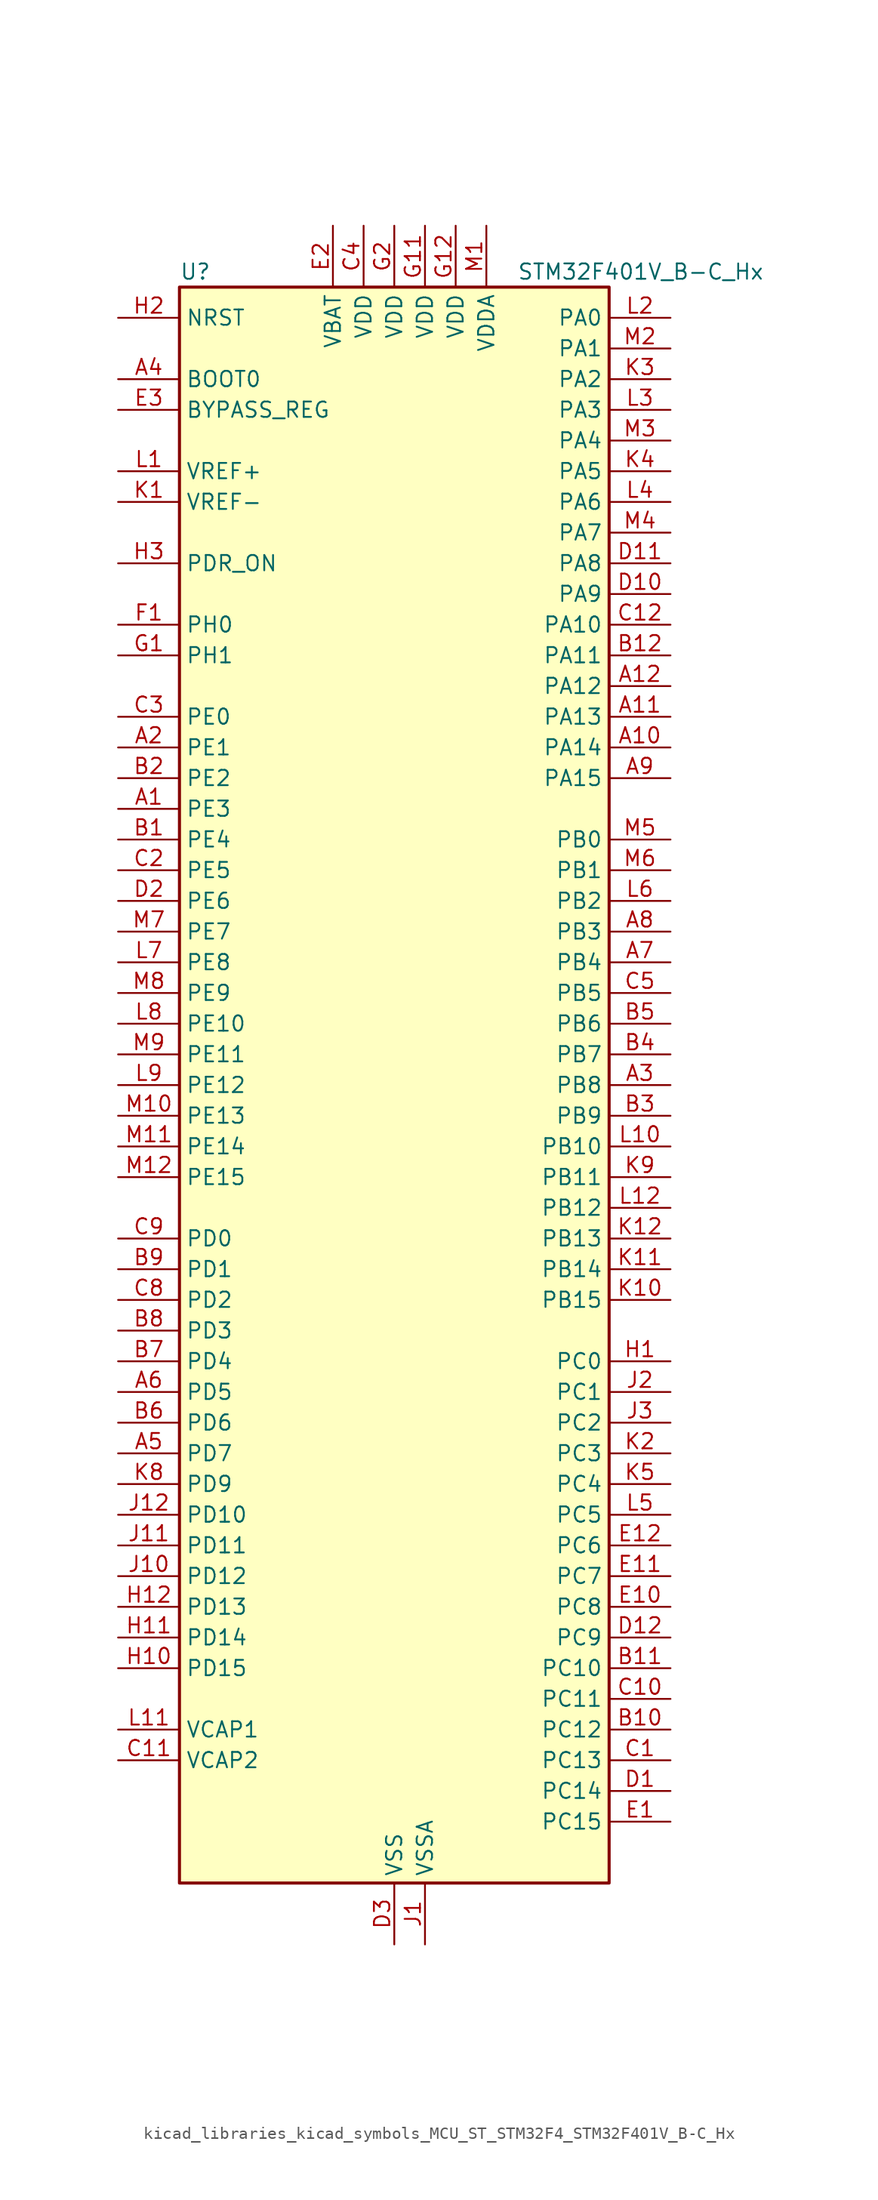
<source format=kicad_sym>
(kicad_symbol_lib
  (version 20220914)
  (generator kicad_symbol_editor)
  (symbol "kicad_libraries_kicad_symbols_MCU_ST_STM32F4_STM32F401V_B-C_Hx"
    (property "Reference" "U"
      (at -17.78 67.31 0)
      (effects (font (size 1.27 1.27)) (justify left)))
    (property "Value" "STM32F401V_B-C_Hx"
      (at 10.16 67.31 0)
      (effects (font (size 1.27 1.27)) (justify left)))
    (property "ki_locked" ""
      (at 0 0 0)
      (effects (font (size 1.27 1.27))))
    (symbol "kicad_libraries_kicad_symbols_MCU_ST_STM32F4_STM32F401V_B-C_Hx_0_1"
      (rectangle (start -17.78 -66.04) (end 17.78 66.04) (stroke (width 0.254) (type default)) (fill (type background))))
    (symbol "kicad_libraries_kicad_symbols_MCU_ST_STM32F4_STM32F401V_B-C_Hx_1_1"
      (pin bidirectional line (at -22.86 22.86 0) (length 5.08) (name "PE3" (effects (font (size 1.27 1.27)))) (number "A1" (effects (font (size 1.27 1.27)))) (alternate "SYS_TRACED0" bidirectional line))
      (pin bidirectional line (at 22.86 27.94 180) (length 5.08) (name "PA14" (effects (font (size 1.27 1.27)))) (number "A10" (effects (font (size 1.27 1.27)))) (alternate "SYS_JTCK-SWCLK" bidirectional line))
      (pin bidirectional line (at 22.86 30.48 180) (length 5.08) (name "PA13" (effects (font (size 1.27 1.27)))) (number "A11" (effects (font (size 1.27 1.27)))) (alternate "SYS_JTMS-SWDIO" bidirectional line))
      (pin bidirectional line (at 22.86 33.02 180) (length 5.08) (name "PA12" (effects (font (size 1.27 1.27)))) (number "A12" (effects (font (size 1.27 1.27)))) (alternate "TIM1_ETR" bidirectional line) (alternate "USART1_RTS" bidirectional line) (alternate "USART6_RX" bidirectional line) (alternate "USB_OTG_FS_DP" bidirectional line))
      (pin bidirectional line (at -22.86 27.94 0) (length 5.08) (name "PE1" (effects (font (size 1.27 1.27)))) (number "A2" (effects (font (size 1.27 1.27)))))
      (pin bidirectional line (at 22.86 0 180) (length 5.08) (name "PB8" (effects (font (size 1.27 1.27)))) (number "A3" (effects (font (size 1.27 1.27)))) (alternate "I2C1_SCL" bidirectional line) (alternate "SDIO_D4" bidirectional line) (alternate "TIM10_CH1" bidirectional line) (alternate "TIM4_CH3" bidirectional line))
      (pin input line (at -22.86 58.42 0) (length 5.08) (name "BOOT0" (effects (font (size 1.27 1.27)))) (number "A4" (effects (font (size 1.27 1.27)))))
      (pin bidirectional line (at -22.86 -30.48 0) (length 5.08) (name "PD7" (effects (font (size 1.27 1.27)))) (number "A5" (effects (font (size 1.27 1.27)))) (alternate "USART2_CK" bidirectional line))
      (pin bidirectional line (at -22.86 -25.4 0) (length 5.08) (name "PD5" (effects (font (size 1.27 1.27)))) (number "A6" (effects (font (size 1.27 1.27)))) (alternate "USART2_TX" bidirectional line))
      (pin bidirectional line (at 22.86 10.16 180) (length 5.08) (name "PB4" (effects (font (size 1.27 1.27)))) (number "A7" (effects (font (size 1.27 1.27)))) (alternate "I2C3_SDA" bidirectional line) (alternate "I2S3_ext_SD" bidirectional line) (alternate "SPI1_MISO" bidirectional line) (alternate "SPI3_MISO" bidirectional line) (alternate "SYS_JTRST" bidirectional line) (alternate "TIM3_CH1" bidirectional line))
      (pin bidirectional line (at 22.86 12.7 180) (length 5.08) (name "PB3" (effects (font (size 1.27 1.27)))) (number "A8" (effects (font (size 1.27 1.27)))) (alternate "I2C2_SDA" bidirectional line) (alternate "I2S3_CK" bidirectional line) (alternate "SPI1_SCK" bidirectional line) (alternate "SPI3_SCK" bidirectional line) (alternate "SYS_JTDO-SWO" bidirectional line) (alternate "TIM2_CH2" bidirectional line))
      (pin bidirectional line (at 22.86 25.4 180) (length 5.08) (name "PA15" (effects (font (size 1.27 1.27)))) (number "A9" (effects (font (size 1.27 1.27)))) (alternate "ADC1_EXTI15" bidirectional line) (alternate "I2S3_WS" bidirectional line) (alternate "SPI1_NSS" bidirectional line) (alternate "SPI3_NSS" bidirectional line) (alternate "SYS_JTDI" bidirectional line) (alternate "TIM2_CH1" bidirectional line) (alternate "TIM2_ETR" bidirectional line))
      (pin bidirectional line (at -22.86 20.32 0) (length 5.08) (name "PE4" (effects (font (size 1.27 1.27)))) (number "B1" (effects (font (size 1.27 1.27)))) (alternate "SPI4_NSS" bidirectional line) (alternate "SYS_TRACED1" bidirectional line))
      (pin bidirectional line (at 22.86 -53.34 180) (length 5.08) (name "PC12" (effects (font (size 1.27 1.27)))) (number "B10" (effects (font (size 1.27 1.27)))) (alternate "I2S3_SD" bidirectional line) (alternate "SDIO_CK" bidirectional line) (alternate "SPI3_MOSI" bidirectional line))
      (pin bidirectional line (at 22.86 -48.26 180) (length 5.08) (name "PC10" (effects (font (size 1.27 1.27)))) (number "B11" (effects (font (size 1.27 1.27)))) (alternate "I2S3_CK" bidirectional line) (alternate "SDIO_D2" bidirectional line) (alternate "SPI3_SCK" bidirectional line))
      (pin bidirectional line (at 22.86 35.56 180) (length 5.08) (name "PA11" (effects (font (size 1.27 1.27)))) (number "B12" (effects (font (size 1.27 1.27)))) (alternate "ADC1_EXTI11" bidirectional line) (alternate "TIM1_CH4" bidirectional line) (alternate "USART1_CTS" bidirectional line) (alternate "USART6_TX" bidirectional line) (alternate "USB_OTG_FS_DM" bidirectional line))
      (pin bidirectional line (at -22.86 25.4 0) (length 5.08) (name "PE2" (effects (font (size 1.27 1.27)))) (number "B2" (effects (font (size 1.27 1.27)))) (alternate "SPI4_SCK" bidirectional line) (alternate "SYS_TRACECLK" bidirectional line))
      (pin bidirectional line (at 22.86 -2.54 180) (length 5.08) (name "PB9" (effects (font (size 1.27 1.27)))) (number "B3" (effects (font (size 1.27 1.27)))) (alternate "I2C1_SDA" bidirectional line) (alternate "I2S2_WS" bidirectional line) (alternate "SDIO_D5" bidirectional line) (alternate "SPI2_NSS" bidirectional line) (alternate "TIM11_CH1" bidirectional line) (alternate "TIM4_CH4" bidirectional line))
      (pin bidirectional line (at 22.86 2.54 180) (length 5.08) (name "PB7" (effects (font (size 1.27 1.27)))) (number "B4" (effects (font (size 1.27 1.27)))) (alternate "I2C1_SDA" bidirectional line) (alternate "TIM4_CH2" bidirectional line) (alternate "USART1_RX" bidirectional line))
      (pin bidirectional line (at 22.86 5.08 180) (length 5.08) (name "PB6" (effects (font (size 1.27 1.27)))) (number "B5" (effects (font (size 1.27 1.27)))) (alternate "I2C1_SCL" bidirectional line) (alternate "TIM4_CH1" bidirectional line) (alternate "USART1_TX" bidirectional line))
      (pin bidirectional line (at -22.86 -27.94 0) (length 5.08) (name "PD6" (effects (font (size 1.27 1.27)))) (number "B6" (effects (font (size 1.27 1.27)))) (alternate "I2S3_SD" bidirectional line) (alternate "SPI3_MOSI" bidirectional line) (alternate "USART2_RX" bidirectional line))
      (pin bidirectional line (at -22.86 -22.86 0) (length 5.08) (name "PD4" (effects (font (size 1.27 1.27)))) (number "B7" (effects (font (size 1.27 1.27)))) (alternate "USART2_RTS" bidirectional line))
      (pin bidirectional line (at -22.86 -20.32 0) (length 5.08) (name "PD3" (effects (font (size 1.27 1.27)))) (number "B8" (effects (font (size 1.27 1.27)))) (alternate "I2S2_CK" bidirectional line) (alternate "SPI2_SCK" bidirectional line) (alternate "USART2_CTS" bidirectional line))
      (pin bidirectional line (at -22.86 -15.24 0) (length 5.08) (name "PD1" (effects (font (size 1.27 1.27)))) (number "B9" (effects (font (size 1.27 1.27)))))
      (pin bidirectional line (at 22.86 -55.88 180) (length 5.08) (name "PC13" (effects (font (size 1.27 1.27)))) (number "C1" (effects (font (size 1.27 1.27)))) (alternate "RTC_AF1" bidirectional line))
      (pin bidirectional line (at 22.86 -50.8 180) (length 5.08) (name "PC11" (effects (font (size 1.27 1.27)))) (number "C10" (effects (font (size 1.27 1.27)))) (alternate "ADC1_EXTI11" bidirectional line) (alternate "I2S3_ext_SD" bidirectional line) (alternate "SDIO_D3" bidirectional line) (alternate "SPI3_MISO" bidirectional line))
      (pin power_out line (at -22.86 -55.88 0) (length 5.08) (name "VCAP2" (effects (font (size 1.27 1.27)))) (number "C11" (effects (font (size 1.27 1.27)))))
      (pin bidirectional line (at 22.86 38.1 180) (length 5.08) (name "PA10" (effects (font (size 1.27 1.27)))) (number "C12" (effects (font (size 1.27 1.27)))) (alternate "TIM1_CH3" bidirectional line) (alternate "USART1_RX" bidirectional line) (alternate "USB_OTG_FS_ID" bidirectional line))
      (pin bidirectional line (at -22.86 17.78 0) (length 5.08) (name "PE5" (effects (font (size 1.27 1.27)))) (number "C2" (effects (font (size 1.27 1.27)))) (alternate "SPI4_MISO" bidirectional line) (alternate "SYS_TRACED2" bidirectional line) (alternate "TIM9_CH1" bidirectional line))
      (pin bidirectional line (at -22.86 30.48 0) (length 5.08) (name "PE0" (effects (font (size 1.27 1.27)))) (number "C3" (effects (font (size 1.27 1.27)))) (alternate "TIM4_ETR" bidirectional line))
      (pin power_in line (at -2.54 71.12 270) (length 5.08) (name "VDD" (effects (font (size 1.27 1.27)))) (number "C4" (effects (font (size 1.27 1.27)))))
      (pin bidirectional line (at 22.86 7.62 180) (length 5.08) (name "PB5" (effects (font (size 1.27 1.27)))) (number "C5" (effects (font (size 1.27 1.27)))) (alternate "I2C1_SMBA" bidirectional line) (alternate "I2S3_SD" bidirectional line) (alternate "SPI1_MOSI" bidirectional line) (alternate "SPI3_MOSI" bidirectional line) (alternate "TIM3_CH2" bidirectional line))
      (pin bidirectional line (at -22.86 -17.78 0) (length 5.08) (name "PD2" (effects (font (size 1.27 1.27)))) (number "C8" (effects (font (size 1.27 1.27)))) (alternate "SDIO_CMD" bidirectional line) (alternate "TIM3_ETR" bidirectional line))
      (pin bidirectional line (at -22.86 -12.7 0) (length 5.08) (name "PD0" (effects (font (size 1.27 1.27)))) (number "C9" (effects (font (size 1.27 1.27)))))
      (pin bidirectional line (at 22.86 -58.42 180) (length 5.08) (name "PC14" (effects (font (size 1.27 1.27)))) (number "D1" (effects (font (size 1.27 1.27)))) (alternate "RCC_OSC32_IN" bidirectional line))
      (pin bidirectional line (at 22.86 40.64 180) (length 5.08) (name "PA9" (effects (font (size 1.27 1.27)))) (number "D10" (effects (font (size 1.27 1.27)))) (alternate "I2C3_SMBA" bidirectional line) (alternate "TIM1_CH2" bidirectional line) (alternate "USART1_TX" bidirectional line) (alternate "USB_OTG_FS_VBUS" bidirectional line))
      (pin bidirectional line (at 22.86 43.18 180) (length 5.08) (name "PA8" (effects (font (size 1.27 1.27)))) (number "D11" (effects (font (size 1.27 1.27)))) (alternate "I2C3_SCL" bidirectional line) (alternate "RCC_MCO_1" bidirectional line) (alternate "TIM1_CH1" bidirectional line) (alternate "USART1_CK" bidirectional line) (alternate "USB_OTG_FS_SOF" bidirectional line))
      (pin bidirectional line (at 22.86 -45.72 180) (length 5.08) (name "PC9" (effects (font (size 1.27 1.27)))) (number "D12" (effects (font (size 1.27 1.27)))) (alternate "I2C3_SDA" bidirectional line) (alternate "I2S_CKIN" bidirectional line) (alternate "RCC_MCO_2" bidirectional line) (alternate "SDIO_D1" bidirectional line) (alternate "TIM3_CH4" bidirectional line))
      (pin bidirectional line (at -22.86 15.24 0) (length 5.08) (name "PE6" (effects (font (size 1.27 1.27)))) (number "D2" (effects (font (size 1.27 1.27)))) (alternate "SPI4_MOSI" bidirectional line) (alternate "SYS_TRACED3" bidirectional line) (alternate "TIM9_CH2" bidirectional line))
      (pin power_in line (at 0 -71.12 90) (length 5.08) (name "VSS" (effects (font (size 1.27 1.27)))) (number "D3" (effects (font (size 1.27 1.27)))))
      (pin bidirectional line (at 22.86 -60.96 180) (length 5.08) (name "PC15" (effects (font (size 1.27 1.27)))) (number "E1" (effects (font (size 1.27 1.27)))) (alternate "ADC1_EXTI15" bidirectional line) (alternate "RCC_OSC32_OUT" bidirectional line))
      (pin bidirectional line (at 22.86 -43.18 180) (length 5.08) (name "PC8" (effects (font (size 1.27 1.27)))) (number "E10" (effects (font (size 1.27 1.27)))) (alternate "SDIO_D0" bidirectional line) (alternate "TIM3_CH3" bidirectional line) (alternate "USART6_CK" bidirectional line))
      (pin bidirectional line (at 22.86 -40.64 180) (length 5.08) (name "PC7" (effects (font (size 1.27 1.27)))) (number "E11" (effects (font (size 1.27 1.27)))) (alternate "I2S3_MCK" bidirectional line) (alternate "SDIO_D7" bidirectional line) (alternate "TIM3_CH2" bidirectional line) (alternate "USART6_RX" bidirectional line))
      (pin bidirectional line (at 22.86 -38.1 180) (length 5.08) (name "PC6" (effects (font (size 1.27 1.27)))) (number "E12" (effects (font (size 1.27 1.27)))) (alternate "I2S2_MCK" bidirectional line) (alternate "SDIO_D6" bidirectional line) (alternate "TIM3_CH1" bidirectional line) (alternate "USART6_TX" bidirectional line))
      (pin power_in line (at -5.08 71.12 270) (length 5.08) (name "VBAT" (effects (font (size 1.27 1.27)))) (number "E2" (effects (font (size 1.27 1.27)))))
      (pin input line (at -22.86 55.88 0) (length 5.08) (name "BYPASS_REG" (effects (font (size 1.27 1.27)))) (number "E3" (effects (font (size 1.27 1.27)))))
      (pin bidirectional line (at -22.86 38.1 0) (length 5.08) (name "PH0" (effects (font (size 1.27 1.27)))) (number "F1" (effects (font (size 1.27 1.27)))) (alternate "RCC_OSC_IN" bidirectional line))
      (pin passive line (at 0 -71.12 90) (length 5.08) hide (name "VSS" (effects (font (size 1.27 1.27)))) (number "F11" (effects (font (size 1.27 1.27)))))
      (pin passive line (at 0 -71.12 90) (length 5.08) hide (name "VSS" (effects (font (size 1.27 1.27)))) (number "F12" (effects (font (size 1.27 1.27)))))
      (pin passive line (at 0 -71.12 90) (length 5.08) hide (name "VSS" (effects (font (size 1.27 1.27)))) (number "F2" (effects (font (size 1.27 1.27)))))
      (pin bidirectional line (at -22.86 35.56 0) (length 5.08) (name "PH1" (effects (font (size 1.27 1.27)))) (number "G1" (effects (font (size 1.27 1.27)))) (alternate "RCC_OSC_OUT" bidirectional line))
      (pin power_in line (at 2.54 71.12 270) (length 5.08) (name "VDD" (effects (font (size 1.27 1.27)))) (number "G11" (effects (font (size 1.27 1.27)))))
      (pin power_in line (at 5.08 71.12 270) (length 5.08) (name "VDD" (effects (font (size 1.27 1.27)))) (number "G12" (effects (font (size 1.27 1.27)))))
      (pin power_in line (at 0 71.12 270) (length 5.08) (name "VDD" (effects (font (size 1.27 1.27)))) (number "G2" (effects (font (size 1.27 1.27)))))
      (pin bidirectional line (at 22.86 -22.86 180) (length 5.08) (name "PC0" (effects (font (size 1.27 1.27)))) (number "H1" (effects (font (size 1.27 1.27)))) (alternate "ADC1_IN10" bidirectional line))
      (pin bidirectional line (at -22.86 -48.26 0) (length 5.08) (name "PD15" (effects (font (size 1.27 1.27)))) (number "H10" (effects (font (size 1.27 1.27)))) (alternate "ADC1_EXTI15" bidirectional line) (alternate "TIM4_CH4" bidirectional line))
      (pin bidirectional line (at -22.86 -45.72 0) (length 5.08) (name "PD14" (effects (font (size 1.27 1.27)))) (number "H11" (effects (font (size 1.27 1.27)))) (alternate "TIM4_CH3" bidirectional line))
      (pin bidirectional line (at -22.86 -43.18 0) (length 5.08) (name "PD13" (effects (font (size 1.27 1.27)))) (number "H12" (effects (font (size 1.27 1.27)))) (alternate "TIM4_CH2" bidirectional line))
      (pin input line (at -22.86 63.5 0) (length 5.08) (name "NRST" (effects (font (size 1.27 1.27)))) (number "H2" (effects (font (size 1.27 1.27)))))
      (pin input line (at -22.86 43.18 0) (length 5.08) (name "PDR_ON" (effects (font (size 1.27 1.27)))) (number "H3" (effects (font (size 1.27 1.27)))))
      (pin power_in line (at 2.54 -71.12 90) (length 5.08) (name "VSSA" (effects (font (size 1.27 1.27)))) (number "J1" (effects (font (size 1.27 1.27)))))
      (pin bidirectional line (at -22.86 -40.64 0) (length 5.08) (name "PD12" (effects (font (size 1.27 1.27)))) (number "J10" (effects (font (size 1.27 1.27)))) (alternate "TIM4_CH1" bidirectional line))
      (pin bidirectional line (at -22.86 -38.1 0) (length 5.08) (name "PD11" (effects (font (size 1.27 1.27)))) (number "J11" (effects (font (size 1.27 1.27)))) (alternate "ADC1_EXTI11" bidirectional line))
      (pin bidirectional line (at -22.86 -35.56 0) (length 5.08) (name "PD10" (effects (font (size 1.27 1.27)))) (number "J12" (effects (font (size 1.27 1.27)))))
      (pin bidirectional line (at 22.86 -25.4 180) (length 5.08) (name "PC1" (effects (font (size 1.27 1.27)))) (number "J2" (effects (font (size 1.27 1.27)))) (alternate "ADC1_IN11" bidirectional line))
      (pin bidirectional line (at 22.86 -27.94 180) (length 5.08) (name "PC2" (effects (font (size 1.27 1.27)))) (number "J3" (effects (font (size 1.27 1.27)))) (alternate "ADC1_IN12" bidirectional line) (alternate "I2S2_ext_SD" bidirectional line) (alternate "SPI2_MISO" bidirectional line))
      (pin input line (at -22.86 48.26 0) (length 5.08) (name "VREF-" (effects (font (size 1.27 1.27)))) (number "K1" (effects (font (size 1.27 1.27)))))
      (pin bidirectional line (at 22.86 -17.78 180) (length 5.08) (name "PB15" (effects (font (size 1.27 1.27)))) (number "K10" (effects (font (size 1.27 1.27)))) (alternate "ADC1_EXTI15" bidirectional line) (alternate "I2S2_SD" bidirectional line) (alternate "RTC_REFIN" bidirectional line) (alternate "SPI2_MOSI" bidirectional line) (alternate "TIM1_CH3N" bidirectional line))
      (pin bidirectional line (at 22.86 -15.24 180) (length 5.08) (name "PB14" (effects (font (size 1.27 1.27)))) (number "K11" (effects (font (size 1.27 1.27)))) (alternate "I2S2_ext_SD" bidirectional line) (alternate "SPI2_MISO" bidirectional line) (alternate "TIM1_CH2N" bidirectional line))
      (pin bidirectional line (at 22.86 -12.7 180) (length 5.08) (name "PB13" (effects (font (size 1.27 1.27)))) (number "K12" (effects (font (size 1.27 1.27)))) (alternate "I2S2_CK" bidirectional line) (alternate "SPI2_SCK" bidirectional line) (alternate "TIM1_CH1N" bidirectional line))
      (pin bidirectional line (at 22.86 -30.48 180) (length 5.08) (name "PC3" (effects (font (size 1.27 1.27)))) (number "K2" (effects (font (size 1.27 1.27)))) (alternate "ADC1_IN13" bidirectional line) (alternate "I2S2_SD" bidirectional line) (alternate "SPI2_MOSI" bidirectional line))
      (pin bidirectional line (at 22.86 58.42 180) (length 5.08) (name "PA2" (effects (font (size 1.27 1.27)))) (number "K3" (effects (font (size 1.27 1.27)))) (alternate "ADC1_IN2" bidirectional line) (alternate "TIM2_CH3" bidirectional line) (alternate "TIM5_CH3" bidirectional line) (alternate "TIM9_CH1" bidirectional line) (alternate "USART2_TX" bidirectional line))
      (pin bidirectional line (at 22.86 50.8 180) (length 5.08) (name "PA5" (effects (font (size 1.27 1.27)))) (number "K4" (effects (font (size 1.27 1.27)))) (alternate "ADC1_IN5" bidirectional line) (alternate "SPI1_SCK" bidirectional line) (alternate "TIM2_CH1" bidirectional line) (alternate "TIM2_ETR" bidirectional line))
      (pin bidirectional line (at 22.86 -33.02 180) (length 5.08) (name "PC4" (effects (font (size 1.27 1.27)))) (number "K5" (effects (font (size 1.27 1.27)))) (alternate "ADC1_IN14" bidirectional line))
      (pin bidirectional line (at -22.86 -33.02 0) (length 5.08) (name "PD9" (effects (font (size 1.27 1.27)))) (number "K8" (effects (font (size 1.27 1.27)))))
      (pin bidirectional line (at 22.86 -7.62 180) (length 5.08) (name "PB11" (effects (font (size 1.27 1.27)))) (number "K9" (effects (font (size 1.27 1.27)))) (alternate "ADC1_EXTI11" bidirectional line) (alternate "I2C2_SDA" bidirectional line) (alternate "TIM2_CH4" bidirectional line))
      (pin input line (at -22.86 50.8 0) (length 5.08) (name "VREF+" (effects (font (size 1.27 1.27)))) (number "L1" (effects (font (size 1.27 1.27)))))
      (pin bidirectional line (at 22.86 -5.08 180) (length 5.08) (name "PB10" (effects (font (size 1.27 1.27)))) (number "L10" (effects (font (size 1.27 1.27)))) (alternate "I2C2_SCL" bidirectional line) (alternate "I2S2_CK" bidirectional line) (alternate "SPI2_SCK" bidirectional line) (alternate "TIM2_CH3" bidirectional line))
      (pin power_out line (at -22.86 -53.34 0) (length 5.08) (name "VCAP1" (effects (font (size 1.27 1.27)))) (number "L11" (effects (font (size 1.27 1.27)))))
      (pin bidirectional line (at 22.86 -10.16 180) (length 5.08) (name "PB12" (effects (font (size 1.27 1.27)))) (number "L12" (effects (font (size 1.27 1.27)))) (alternate "I2C2_SMBA" bidirectional line) (alternate "I2S2_WS" bidirectional line) (alternate "SPI2_NSS" bidirectional line) (alternate "TIM1_BKIN" bidirectional line))
      (pin bidirectional line (at 22.86 63.5 180) (length 5.08) (name "PA0" (effects (font (size 1.27 1.27)))) (number "L2" (effects (font (size 1.27 1.27)))) (alternate "ADC1_IN0" bidirectional line) (alternate "SYS_WKUP" bidirectional line) (alternate "TIM2_CH1" bidirectional line) (alternate "TIM2_ETR" bidirectional line) (alternate "TIM5_CH1" bidirectional line) (alternate "USART2_CTS" bidirectional line))
      (pin bidirectional line (at 22.86 55.88 180) (length 5.08) (name "PA3" (effects (font (size 1.27 1.27)))) (number "L3" (effects (font (size 1.27 1.27)))) (alternate "ADC1_IN3" bidirectional line) (alternate "TIM2_CH4" bidirectional line) (alternate "TIM5_CH4" bidirectional line) (alternate "TIM9_CH2" bidirectional line) (alternate "USART2_RX" bidirectional line))
      (pin bidirectional line (at 22.86 48.26 180) (length 5.08) (name "PA6" (effects (font (size 1.27 1.27)))) (number "L4" (effects (font (size 1.27 1.27)))) (alternate "ADC1_IN6" bidirectional line) (alternate "SPI1_MISO" bidirectional line) (alternate "TIM1_BKIN" bidirectional line) (alternate "TIM3_CH1" bidirectional line))
      (pin bidirectional line (at 22.86 -35.56 180) (length 5.08) (name "PC5" (effects (font (size 1.27 1.27)))) (number "L5" (effects (font (size 1.27 1.27)))) (alternate "ADC1_IN15" bidirectional line))
      (pin bidirectional line (at 22.86 15.24 180) (length 5.08) (name "PB2" (effects (font (size 1.27 1.27)))) (number "L6" (effects (font (size 1.27 1.27)))))
      (pin bidirectional line (at -22.86 10.16 0) (length 5.08) (name "PE8" (effects (font (size 1.27 1.27)))) (number "L7" (effects (font (size 1.27 1.27)))) (alternate "TIM1_CH1N" bidirectional line))
      (pin bidirectional line (at -22.86 5.08 0) (length 5.08) (name "PE10" (effects (font (size 1.27 1.27)))) (number "L8" (effects (font (size 1.27 1.27)))) (alternate "TIM1_CH2N" bidirectional line))
      (pin bidirectional line (at -22.86 0 0) (length 5.08) (name "PE12" (effects (font (size 1.27 1.27)))) (number "L9" (effects (font (size 1.27 1.27)))) (alternate "SPI4_SCK" bidirectional line) (alternate "TIM1_CH3N" bidirectional line))
      (pin power_in line (at 7.62 71.12 270) (length 5.08) (name "VDDA" (effects (font (size 1.27 1.27)))) (number "M1" (effects (font (size 1.27 1.27)))))
      (pin bidirectional line (at -22.86 -2.54 0) (length 5.08) (name "PE13" (effects (font (size 1.27 1.27)))) (number "M10" (effects (font (size 1.27 1.27)))) (alternate "SPI4_MISO" bidirectional line) (alternate "TIM1_CH3" bidirectional line))
      (pin bidirectional line (at -22.86 -5.08 0) (length 5.08) (name "PE14" (effects (font (size 1.27 1.27)))) (number "M11" (effects (font (size 1.27 1.27)))) (alternate "SPI4_MOSI" bidirectional line) (alternate "TIM1_CH4" bidirectional line))
      (pin bidirectional line (at -22.86 -7.62 0) (length 5.08) (name "PE15" (effects (font (size 1.27 1.27)))) (number "M12" (effects (font (size 1.27 1.27)))) (alternate "ADC1_EXTI15" bidirectional line) (alternate "TIM1_BKIN" bidirectional line))
      (pin bidirectional line (at 22.86 60.96 180) (length 5.08) (name "PA1" (effects (font (size 1.27 1.27)))) (number "M2" (effects (font (size 1.27 1.27)))) (alternate "ADC1_IN1" bidirectional line) (alternate "TIM2_CH2" bidirectional line) (alternate "TIM5_CH2" bidirectional line) (alternate "USART2_RTS" bidirectional line))
      (pin bidirectional line (at 22.86 53.34 180) (length 5.08) (name "PA4" (effects (font (size 1.27 1.27)))) (number "M3" (effects (font (size 1.27 1.27)))) (alternate "ADC1_IN4" bidirectional line) (alternate "I2S3_WS" bidirectional line) (alternate "SPI1_NSS" bidirectional line) (alternate "SPI3_NSS" bidirectional line) (alternate "USART2_CK" bidirectional line))
      (pin bidirectional line (at 22.86 45.72 180) (length 5.08) (name "PA7" (effects (font (size 1.27 1.27)))) (number "M4" (effects (font (size 1.27 1.27)))) (alternate "ADC1_IN7" bidirectional line) (alternate "SPI1_MOSI" bidirectional line) (alternate "TIM1_CH1N" bidirectional line) (alternate "TIM3_CH2" bidirectional line))
      (pin bidirectional line (at 22.86 20.32 180) (length 5.08) (name "PB0" (effects (font (size 1.27 1.27)))) (number "M5" (effects (font (size 1.27 1.27)))) (alternate "ADC1_IN8" bidirectional line) (alternate "TIM1_CH2N" bidirectional line) (alternate "TIM3_CH3" bidirectional line))
      (pin bidirectional line (at 22.86 17.78 180) (length 5.08) (name "PB1" (effects (font (size 1.27 1.27)))) (number "M6" (effects (font (size 1.27 1.27)))) (alternate "ADC1_IN9" bidirectional line) (alternate "TIM1_CH3N" bidirectional line) (alternate "TIM3_CH4" bidirectional line))
      (pin bidirectional line (at -22.86 12.7 0) (length 5.08) (name "PE7" (effects (font (size 1.27 1.27)))) (number "M7" (effects (font (size 1.27 1.27)))) (alternate "TIM1_ETR" bidirectional line))
      (pin bidirectional line (at -22.86 7.62 0) (length 5.08) (name "PE9" (effects (font (size 1.27 1.27)))) (number "M8" (effects (font (size 1.27 1.27)))) (alternate "TIM1_CH1" bidirectional line))
      (pin bidirectional line (at -22.86 2.54 0) (length 5.08) (name "PE11" (effects (font (size 1.27 1.27)))) (number "M9" (effects (font (size 1.27 1.27)))) (alternate "ADC1_EXTI11" bidirectional line) (alternate "SPI4_NSS" bidirectional line) (alternate "TIM1_CH2" bidirectional line)))))
</source>
